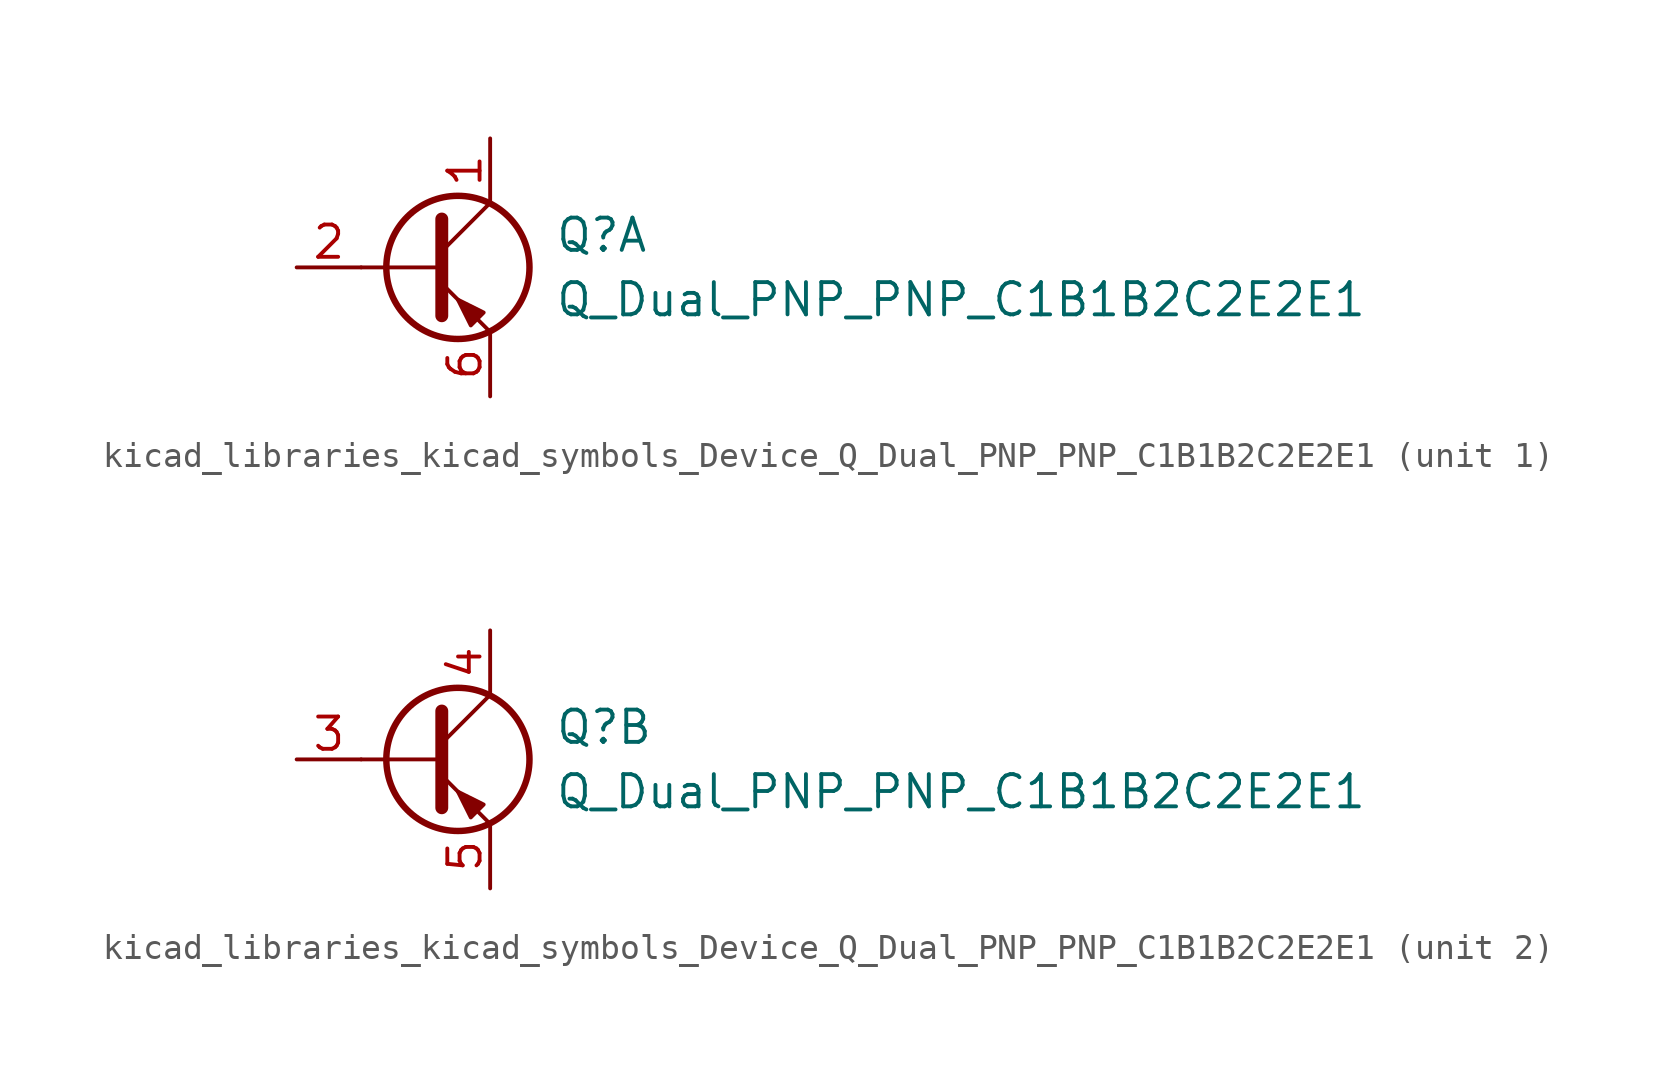
<source format=kicad_sym>
(kicad_symbol_lib
  (version 20220914)
  (generator kicad_symbol_editor)
  (symbol "kicad_libraries_kicad_symbols_Device_Q_Dual_PNP_PNP_C1B1B2C2E2E1"
    (pin_names
      (offset 0) hide)
    (property "Reference" "Q"
      (at 5.08 1.27 0)
      (effects (font (size 1.27 1.27)) (justify left)))
    (property "Value" "Q_Dual_PNP_PNP_C1B1B2C2E2E1"
      (at 5.08 -1.27 0)
      (effects (font (size 1.27 1.27)) (justify left)))
    (property "ki_locked" ""
      (at 0 0 0)
      (effects (font (size 1.27 1.27))))
    (symbol "kicad_libraries_kicad_symbols_Device_Q_Dual_PNP_PNP_C1B1B2C2E2E1_0_1"
      (polyline (pts (xy 0.635 0) (xy -2.54 0)) (stroke (width 0) (type default)) (fill (type none)))
      (polyline (pts (xy 0.635 0.635) (xy 2.54 2.54)) (stroke (width 0) (type default)) (fill (type none)))
      (polyline (pts (xy 0.635 -0.635) (xy 2.54 -2.54) (xy 2.54 -2.54)) (stroke (width 0) (type default)) (fill (type none)))
      (polyline (pts (xy 0.635 1.905) (xy 0.635 -1.905) (xy 0.635 -1.905)) (stroke (width 0.508) (type default)) (fill (type none)))
      (polyline (pts (xy 2.286 -1.778) (xy 1.778 -2.286) (xy 1.27 -1.27) (xy 2.286 -1.778) (xy 2.286 -1.778)) (stroke (width 0) (type default)) (fill (type outline)))
      (circle (center 1.27 0) (radius 2.819) (stroke (width 0.254) (type default)) (fill (type none))))
    (symbol "kicad_libraries_kicad_symbols_Device_Q_Dual_PNP_PNP_C1B1B2C2E2E1_1_1"
      (pin passive line (at 2.54 5.08 270) (length 2.54) (name "C1" (effects (font (size 1.27 1.27)))) (number "1" (effects (font (size 1.27 1.27)))))
      (pin input line (at -5.08 0 0) (length 2.54) (name "B1" (effects (font (size 1.27 1.27)))) (number "2" (effects (font (size 1.27 1.27)))))
      (pin passive line (at 2.54 -5.08 90) (length 2.54) (name "E1" (effects (font (size 1.27 1.27)))) (number "6" (effects (font (size 1.27 1.27))))))
    (symbol "kicad_libraries_kicad_symbols_Device_Q_Dual_PNP_PNP_C1B1B2C2E2E1_2_1"
      (pin input line (at -5.08 0 0) (length 2.54) (name "B2" (effects (font (size 1.27 1.27)))) (number "3" (effects (font (size 1.27 1.27)))))
      (pin passive line (at 2.54 5.08 270) (length 2.54) (name "C2" (effects (font (size 1.27 1.27)))) (number "4" (effects (font (size 1.27 1.27)))))
      (pin passive line (at 2.54 -5.08 90) (length 2.54) (name "E2" (effects (font (size 1.27 1.27)))) (number "5" (effects (font (size 1.27 1.27))))))))
</source>
